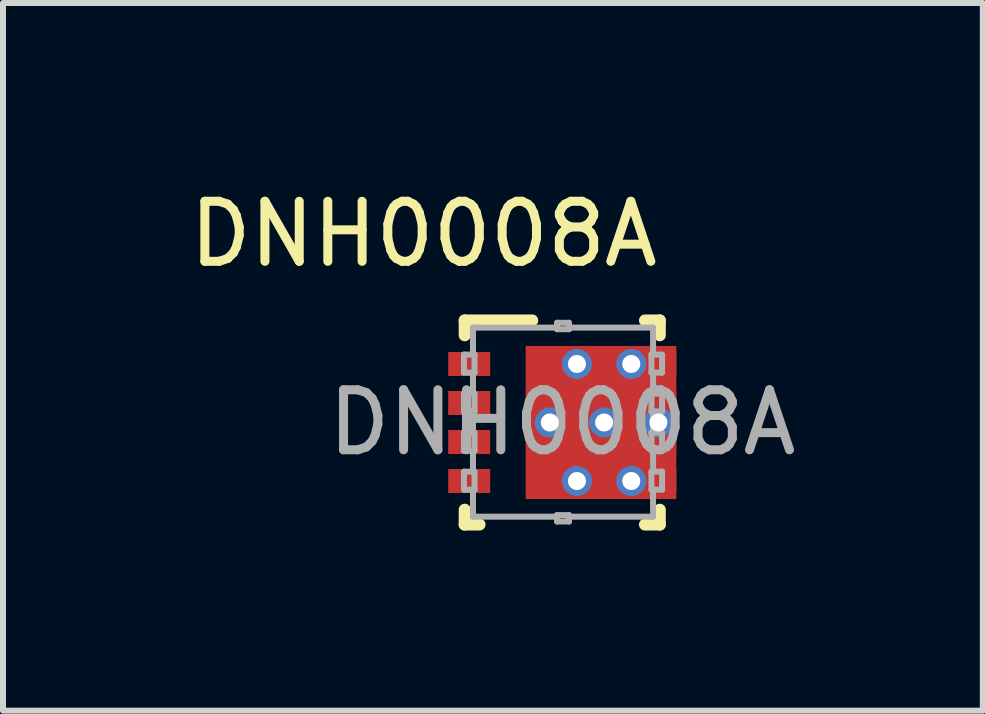
<source format=kicad_pcb>
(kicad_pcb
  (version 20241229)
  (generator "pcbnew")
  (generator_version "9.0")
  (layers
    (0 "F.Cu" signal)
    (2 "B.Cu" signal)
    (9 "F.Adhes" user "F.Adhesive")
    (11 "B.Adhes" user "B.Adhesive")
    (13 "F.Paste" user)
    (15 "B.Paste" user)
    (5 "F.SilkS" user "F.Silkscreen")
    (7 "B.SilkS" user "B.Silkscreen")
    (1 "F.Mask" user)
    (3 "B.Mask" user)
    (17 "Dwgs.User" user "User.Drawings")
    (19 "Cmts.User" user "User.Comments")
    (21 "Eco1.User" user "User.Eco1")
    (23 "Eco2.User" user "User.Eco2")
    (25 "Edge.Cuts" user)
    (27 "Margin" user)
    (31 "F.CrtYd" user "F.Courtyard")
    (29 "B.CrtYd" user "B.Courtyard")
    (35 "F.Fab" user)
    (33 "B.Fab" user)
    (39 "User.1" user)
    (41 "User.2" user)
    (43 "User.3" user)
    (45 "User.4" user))
  (footprint "DNH0008A"
    (layer "F.Cu")
    (at 6.316 3.988)
    (property "Reference" "DNH0008A" (at -2.31 -3.14 0) (unlocked yes) (layer "F.SilkS") (effects (font (size 1 1) (thickness 0.15))))
    (attr smd)
    (fp_poly (pts (xy 0.925 -0.825) (xy 1.425 -0.825) (xy 1.425 -1.125) (xy 0.925 -1.125)) (stroke (width 0) (type solid)) (fill yes) (layer "F.Mask"))
    (fp_poly (pts (xy 0.925 -0.175) (xy 1.425 -0.175) (xy 1.425 -0.475) (xy 0.925 -0.475)) (stroke (width 0) (type solid)) (fill yes) (layer "F.Mask"))
    (fp_poly (pts (xy 0.925 0.475) (xy 1.425 0.475) (xy 1.425 0.175) (xy 0.925 0.175)) (stroke (width 0) (type solid)) (fill yes) (layer "F.Mask"))
    (fp_poly (pts (xy 0.925 1.125) (xy 1.425 1.125) (xy 1.425 0.825) (xy 0.925 0.825)) (stroke (width 0) (type solid)) (fill yes) (layer "F.Mask"))
    (fp_poly (pts (xy -0.56 1.172) (xy -0.56 -1.172) (xy -0.559 -1.182) (xy -0.556 -1.192) (xy -0.551 -1.201) (xy -0.544 -1.209) (xy -0.536 -1.216) (xy -0.527 -1.221) (xy -0.517 -1.224) (xy -0.507 -1.225) (xy 1.162 -1.225) (xy 1.172 -1.224) (xy 1.182 -1.221) (xy 1.191 -1.216) (xy 1.199 -1.209) (xy 1.206 -1.201) (xy 1.211 -1.192) (xy 1.214 -1.182) (xy 1.215 -1.172) (xy 1.215 1.172) (xy 1.214 1.182) (xy 1.211 1.192) (xy 1.206 1.201) (xy 1.199 1.209) (xy 1.191 1.216) (xy 1.182 1.221) (xy 1.172 1.224) (xy 1.162 1.225) (xy -0.507 1.225) (xy -0.517 1.224) (xy -0.527 1.221) (xy -0.536 1.216) (xy -0.544 1.209) (xy -0.551 1.201) (xy -0.556 1.192) (xy -0.559 1.182)) (stroke (width 0) (type solid)) (fill yes) (layer "F.Mask"))
    (fp_line (start -1.625 -1.7) (end -0.5 -1.7) (stroke (width 0.2) (type solid)) (layer "F.SilkS"))
    (fp_line (start -1.625 -1.453) (end -1.625 -1.7) (stroke (width 0.2) (type solid)) (layer "F.SilkS"))
    (fp_line (start -1.625 1.7) (end -1.625 1.453) (stroke (width 0.2) (type solid)) (layer "F.SilkS"))
    (fp_line (start -1.625 1.7) (end -1.378 1.7) (stroke (width 0.2) (type solid)) (layer "F.SilkS"))
    (fp_line (start 1.378 -1.7) (end 1.625 -1.7) (stroke (width 0.2) (type solid)) (layer "F.SilkS"))
    (fp_line (start 1.378 1.7) (end 1.625 1.7) (stroke (width 0.2) (type solid)) (layer "F.SilkS"))
    (fp_line (start 1.625 -1.453) (end 1.625 -1.7) (stroke (width 0.2) (type solid)) (layer "F.SilkS"))
    (fp_line (start 1.625 1.7) (end 1.625 1.453) (stroke (width 0.2) (type solid)) (layer "F.SilkS"))
    (fp_poly (pts (xy 0.145 -1.176) (xy 0.145 -0.149) (xy 0.144 -0.14) (xy 0.141 -0.13) (xy 0.137 -0.122) (xy 0.131 -0.114) (xy 0.123 -0.108) (xy 0.115 -0.104) (xy 0.105 -0.101) (xy 0.096 -0.1) (xy -0.511 -0.1) (xy -0.52 -0.101) (xy -0.53 -0.104) (xy -0.538 -0.108) (xy -0.546 -0.114) (xy -0.552 -0.122) (xy -0.556 -0.13) (xy -0.559 -0.14) (xy -0.56 -0.149) (xy -0.56 -1.176) (xy -0.559 -1.185) (xy -0.556 -1.195) (xy -0.552 -1.203) (xy -0.546 -1.211) (xy -0.538 -1.217) (xy -0.53 -1.221) (xy -0.52 -1.224) (xy -0.511 -1.225) (xy 0.096 -1.225) (xy 0.105 -1.224) (xy 0.115 -1.221) (xy 0.123 -1.217) (xy 0.131 -1.211) (xy 0.137 -1.203) (xy 0.141 -1.195) (xy 0.144 -1.185)) (stroke (width 0) (type solid)) (fill yes) (layer "F.Paste"))
    (fp_poly (pts (xy 0.145 0.149) (xy 0.145 1.176) (xy 0.144 1.185) (xy 0.141 1.195) (xy 0.137 1.203) (xy 0.131 1.211) (xy 0.123 1.217) (xy 0.115 1.221) (xy 0.105 1.224) (xy 0.096 1.225) (xy -0.511 1.225) (xy -0.52 1.224) (xy -0.53 1.221) (xy -0.538 1.217) (xy -0.546 1.211) (xy -0.552 1.203) (xy -0.556 1.195) (xy -0.559 1.185) (xy -0.56 1.176) (xy -0.56 0.149) (xy -0.559 0.14) (xy -0.556 0.13) (xy -0.552 0.122) (xy -0.546 0.114) (xy -0.538 0.108) (xy -0.53 0.104) (xy -0.52 0.101) (xy -0.511 0.1) (xy 0.096 0.1) (xy 0.105 0.101) (xy 0.115 0.104) (xy 0.123 0.108) (xy 0.131 0.114) (xy 0.137 0.122) (xy 0.141 0.13) (xy 0.144 0.14)) (stroke (width 0) (type solid)) (fill yes) (layer "F.Paste"))
    (fp_poly (pts (xy 0.345 -0.149) (xy 0.345 -1.176) (xy 0.346 -1.185) (xy 0.349 -1.195) (xy 0.353 -1.203) (xy 0.359 -1.211) (xy 0.367 -1.217) (xy 0.375 -1.221) (xy 0.385 -1.224) (xy 0.394 -1.225) (xy 1.001 -1.225) (xy 1.01 -1.224) (xy 1.02 -1.221) (xy 1.028 -1.217) (xy 1.036 -1.211) (xy 1.042 -1.203) (xy 1.046 -1.195) (xy 1.049 -1.185) (xy 1.05 -1.176) (xy 1.05 -0.149) (xy 1.049 -0.14) (xy 1.046 -0.13) (xy 1.042 -0.122) (xy 1.036 -0.114) (xy 1.028 -0.108) (xy 1.02 -0.104) (xy 1.01 -0.101) (xy 1.001 -0.1) (xy 0.394 -0.1) (xy 0.385 -0.101) (xy 0.375 -0.104) (xy 0.367 -0.108) (xy 0.359 -0.114) (xy 0.353 -0.122) (xy 0.349 -0.13) (xy 0.346 -0.14)) (stroke (width 0) (type solid)) (fill yes) (layer "F.Paste"))
    (fp_poly (pts (xy 0.345 1.176) (xy 0.345 0.149) (xy 0.346 0.14) (xy 0.349 0.13) (xy 0.353 0.122) (xy 0.359 0.114) (xy 0.367 0.108) (xy 0.375 0.104) (xy 0.385 0.101) (xy 0.394 0.1) (xy 1.001 0.1) (xy 1.01 0.101) (xy 1.02 0.104) (xy 1.028 0.108) (xy 1.036 0.114) (xy 1.042 0.122) (xy 1.046 0.13) (xy 1.049 0.14) (xy 1.05 0.149) (xy 1.05 1.176) (xy 1.049 1.185) (xy 1.046 1.195) (xy 1.042 1.203) (xy 1.036 1.211) (xy 1.028 1.217) (xy 1.02 1.221) (xy 1.01 1.224) (xy 1.001 1.225) (xy 0.394 1.225) (xy 0.385 1.224) (xy 0.375 1.221) (xy 0.367 1.217) (xy 0.359 1.211) (xy 0.353 1.203) (xy 0.349 1.195) (xy 0.346 1.185)) (stroke (width 0) (type solid)) (fill yes) (layer "F.Paste"))
    (fp_line (start -1.637 -1.131) (end -1.461 -1.131) (stroke (width 0.1) (type solid)) (layer "F.Fab"))
    (fp_line (start -1.637 -0.831) (end -1.637 -1.131) (stroke (width 0.1) (type solid)) (layer "F.Fab"))
    (fp_line (start -1.637 -0.831) (end -1.461 -0.831) (stroke (width 0.1) (type solid)) (layer "F.Fab"))
    (fp_line (start -1.637 -0.481) (end -1.461 -0.481) (stroke (width 0.1) (type solid)) (layer "F.Fab"))
    (fp_line (start -1.637 -0.181) (end -1.637 -0.481) (stroke (width 0.1) (type solid)) (layer "F.Fab"))
    (fp_line (start -1.637 -0.181) (end -1.461 -0.181) (stroke (width 0.1) (type solid)) (layer "F.Fab"))
    (fp_line (start -1.637 0.169) (end -1.461 0.169) (stroke (width 0.1) (type solid)) (layer "F.Fab"))
    (fp_line (start -1.637 0.469) (end -1.637 0.169) (stroke (width 0.1) (type solid)) (layer "F.Fab"))
    (fp_line (start -1.637 0.469) (end -1.461 0.469) (stroke (width 0.1) (type solid)) (layer "F.Fab"))
    (fp_line (start -1.637 0.819) (end -1.461 0.819) (stroke (width 0.1) (type solid)) (layer "F.Fab"))
    (fp_line (start -1.637 1.119) (end -1.637 0.819) (stroke (width 0.1) (type solid)) (layer "F.Fab"))
    (fp_line (start -1.637 1.119) (end -1.461 1.119) (stroke (width 0.1) (type solid)) (layer "F.Fab"))
    (fp_line (start -1.487 -1.581) (end -0.087 -1.581) (stroke (width 0.1) (type solid)) (layer "F.Fab"))
    (fp_line (start -1.487 -1.131) (end -1.487 -1.581) (stroke (width 0.1) (type solid)) (layer "F.Fab"))
    (fp_line (start -1.487 -0.481) (end -1.487 -0.831) (stroke (width 0.1) (type solid)) (layer "F.Fab"))
    (fp_line (start -1.487 0.169) (end -1.487 -0.181) (stroke (width 0.1) (type solid)) (layer "F.Fab"))
    (fp_line (start -1.487 0.819) (end -1.487 0.469) (stroke (width 0.1) (type solid)) (layer "F.Fab"))
    (fp_line (start -1.487 1.569) (end -1.487 1.119) (stroke (width 0.1) (type solid)) (layer "F.Fab"))
    (fp_line (start -1.487 1.569) (end -0.087 1.569) (stroke (width 0.1) (type solid)) (layer "F.Fab"))
    (fp_line (start -1.461 -0.831) (end -1.461 -1.131) (stroke (width 0.1) (type solid)) (layer "F.Fab"))
    (fp_line (start -1.461 -0.181) (end -1.461 -0.481) (stroke (width 0.1) (type solid)) (layer "F.Fab"))
    (fp_line (start -1.461 0.469) (end -1.461 0.169) (stroke (width 0.1) (type solid)) (layer "F.Fab"))
    (fp_line (start -1.461 1.119) (end -1.461 0.819) (stroke (width 0.1) (type solid)) (layer "F.Fab"))
    (fp_line (start -0.087 -1.661) (end 0.113 -1.661) (stroke (width 0.1) (type solid)) (layer "F.Fab"))
    (fp_line (start -0.087 -1.554) (end -0.087 -1.661) (stroke (width 0.1) (type solid)) (layer "F.Fab"))
    (fp_line (start -0.087 -1.554) (end 0.113 -1.554) (stroke (width 0.1) (type solid)) (layer "F.Fab"))
    (fp_line (start -0.087 1.543) (end 0.113 1.543) (stroke (width 0.1) (type solid)) (layer "F.Fab"))
    (fp_line (start -0.087 1.649) (end -0.087 1.543) (stroke (width 0.1) (type solid)) (layer "F.Fab"))
    (fp_line (start -0.087 1.649) (end 0.113 1.649) (stroke (width 0.1) (type solid)) (layer "F.Fab"))
    (fp_line (start 0.113 -1.581) (end 1.513 -1.581) (stroke (width 0.1) (type solid)) (layer "F.Fab"))
    (fp_line (start 0.113 -1.554) (end 0.113 -1.661) (stroke (width 0.1) (type solid)) (layer "F.Fab"))
    (fp_line (start 0.113 1.569) (end 1.513 1.569) (stroke (width 0.1) (type solid)) (layer "F.Fab"))
    (fp_line (start 0.113 1.649) (end 0.113 1.543) (stroke (width 0.1) (type solid)) (layer "F.Fab"))
    (fp_line (start 1.486 -1.131) (end 1.663 -1.131) (stroke (width 0.1) (type solid)) (layer "F.Fab"))
    (fp_line (start 1.486 -0.831) (end 1.486 -1.131) (stroke (width 0.1) (type solid)) (layer "F.Fab"))
    (fp_line (start 1.486 -0.831) (end 1.663 -0.831) (stroke (width 0.1) (type solid)) (layer "F.Fab"))
    (fp_line (start 1.486 -0.481) (end 1.663 -0.481) (stroke (width 0.1) (type solid)) (layer "F.Fab"))
    (fp_line (start 1.486 -0.181) (end 1.486 -0.481) (stroke (width 0.1) (type solid)) (layer "F.Fab"))
    (fp_line (start 1.486 -0.181) (end 1.663 -0.181) (stroke (width 0.1) (type solid)) (layer "F.Fab"))
    (fp_line (start 1.486 0.169) (end 1.663 0.169) (stroke (width 0.1) (type solid)) (layer "F.Fab"))
    (fp_line (start 1.486 0.469) (end 1.486 0.169) (stroke (width 0.1) (type solid)) (layer "F.Fab"))
    (fp_line (start 1.486 0.469) (end 1.663 0.469) (stroke (width 0.1) (type solid)) (layer "F.Fab"))
    (fp_line (start 1.486 0.819) (end 1.663 0.819) (stroke (width 0.1) (type solid)) (layer "F.Fab"))
    (fp_line (start 1.486 1.119) (end 1.486 0.819) (stroke (width 0.1) (type solid)) (layer "F.Fab"))
    (fp_line (start 1.486 1.119) (end 1.663 1.119) (stroke (width 0.1) (type solid)) (layer "F.Fab"))
    (fp_line (start 1.513 -1.131) (end 1.513 -1.581) (stroke (width 0.1) (type solid)) (layer "F.Fab"))
    (fp_line (start 1.513 -0.481) (end 1.513 -0.831) (stroke (width 0.1) (type solid)) (layer "F.Fab"))
    (fp_line (start 1.513 0.169) (end 1.513 -0.181) (stroke (width 0.1) (type solid)) (layer "F.Fab"))
    (fp_line (start 1.513 0.819) (end 1.513 0.469) (stroke (width 0.1) (type solid)) (layer "F.Fab"))
    (fp_line (start 1.513 1.569) (end 1.513 1.119) (stroke (width 0.1) (type solid)) (layer "F.Fab"))
    (fp_line (start 1.663 -0.831) (end 1.663 -1.131) (stroke (width 0.1) (type solid)) (layer "F.Fab"))
    (fp_line (start 1.663 -0.181) (end 1.663 -0.481) (stroke (width 0.1) (type solid)) (layer "F.Fab"))
    (fp_line (start 1.663 0.469) (end 1.663 0.169) (stroke (width 0.1) (type solid)) (layer "F.Fab"))
    (fp_line (start 1.663 1.119) (end 1.663 0.819) (stroke (width 0.1) (type solid)) (layer "F.Fab"))
    (fp_text user "${REFERENCE}" (at 0 0 0) (unlocked yes) (layer "F.Fab") (effects (font (size 1 1) (thickness 0.15))))
    (pad "1" smd rect (at -1.55 -0.975 90) (size 0.4 0.7) (layers "F.Cu" "F.Mask" "F.Paste"))
    (pad "2" smd rect (at -1.55 -0.325 90) (size 0.4 0.7) (layers "F.Cu" "F.Mask" "F.Paste"))
    (pad "3" smd rect (at -1.55 0.325 90) (size 0.4 0.7) (layers "F.Cu" "F.Mask" "F.Paste"))
    (pad "4" smd rect (at -1.55 0.975 90) (size 0.4 0.7) (layers "F.Cu" "F.Mask" "F.Paste"))
    (pad "5" smd rect (at 1.55 0.975 90) (size 0.4 0.7) (layers "F.Cu" "F.Mask" "F.Paste"))
    (pad "6" smd rect (at 1.55 0.325 90) (size 0.4 0.7) (layers "F.Cu" "F.Mask" "F.Paste"))
    (pad "7" smd rect (at 1.55 -0.325 90) (size 0.4 0.7) (layers "F.Cu" "F.Mask" "F.Paste"))
    (pad "8" smd rect (at 1.55 -0.975 90) (size 0.4 0.7) (layers "F.Cu" "F.Mask" "F.Paste"))
    (pad "9" thru_hole circle (at -0.207 0) (size 0.5 0.5) (drill 0.3) (layers "*.Cu" "*.Mask"))
    (pad "9" thru_hole circle (at 0.245 -0.975) (size 0.5 0.5) (drill 0.3) (layers "*.Cu" "*.Mask"))
    (pad "9" thru_hole circle (at 0.245 0.975) (size 0.5 0.5) (drill 0.3) (layers "*.Cu" "*.Mask"))
    (pad "9" smd rect (at 0.645 0) (size 2.51 2.55) (layers "F.Cu"))
    (pad "9" thru_hole circle (at 0.697 0) (size 0.5 0.5) (drill 0.3) (layers "*.Cu" "*.Mask"))
    (pad "9" thru_hole circle (at 1.15 -0.975) (size 0.5 0.5) (drill 0.3) (layers "*.Cu" "*.Mask"))
    (pad "9" thru_hole circle (at 1.15 0.975) (size 0.5 0.5) (drill 0.3) (layers "*.Cu" "*.Mask"))
    (pad "9" thru_hole circle (at 1.602 0) (size 0.5 0.5) (drill 0.3) (layers "*.Cu" "*.Mask")))
  (gr_rect
    (start -3 -3)
    (end 13.322 8.788)
    (stroke (width 0.1) (type default))
    (fill no)
    (layer "Edge.Cuts")))
</source>
